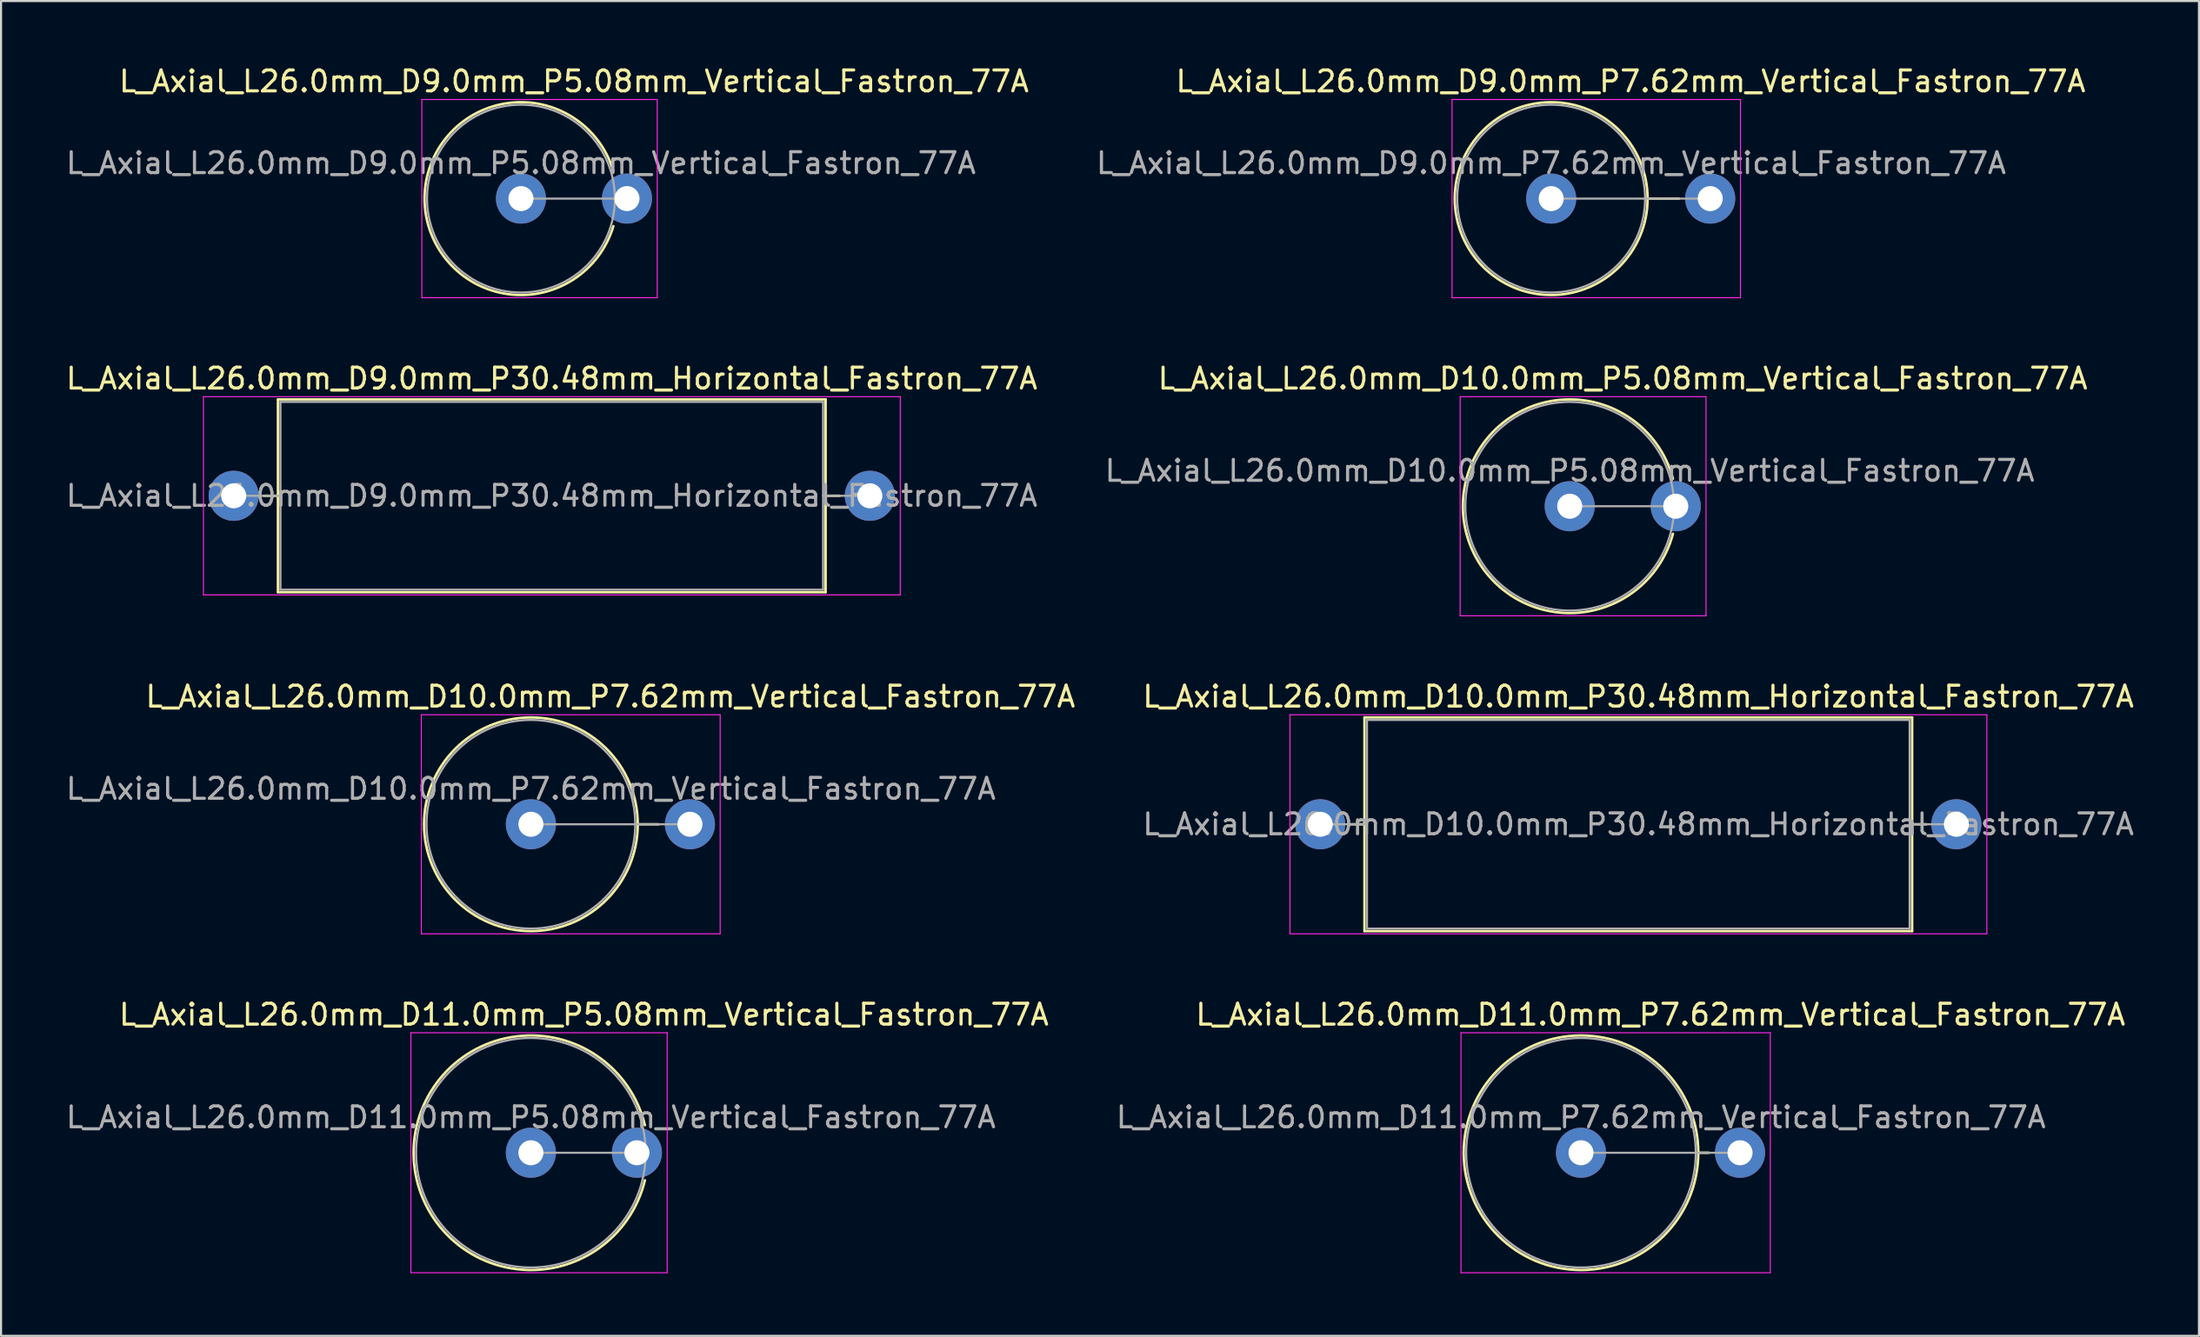
<source format=kicad_pcb>
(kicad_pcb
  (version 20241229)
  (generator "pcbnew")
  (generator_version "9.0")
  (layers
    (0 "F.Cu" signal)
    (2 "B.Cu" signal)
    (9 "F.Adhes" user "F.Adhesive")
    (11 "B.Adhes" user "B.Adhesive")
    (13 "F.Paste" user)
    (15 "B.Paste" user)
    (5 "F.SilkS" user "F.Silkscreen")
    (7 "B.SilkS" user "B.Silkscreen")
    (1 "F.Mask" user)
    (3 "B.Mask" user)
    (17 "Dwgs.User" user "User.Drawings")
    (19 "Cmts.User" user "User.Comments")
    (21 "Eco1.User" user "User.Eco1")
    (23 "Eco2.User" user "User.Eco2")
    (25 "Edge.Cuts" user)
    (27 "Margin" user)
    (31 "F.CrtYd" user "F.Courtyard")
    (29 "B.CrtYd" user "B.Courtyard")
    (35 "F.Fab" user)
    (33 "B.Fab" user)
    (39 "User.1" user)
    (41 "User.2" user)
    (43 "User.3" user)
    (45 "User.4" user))
  (footprint "L_Axial_L26.0mm_D11.0mm_P7.62mm_Vertical_Fastron_77A"
    (layer "F.Cu")
    (at 72.701 52.198)
    (property "Reference" "L_Axial_L26.0mm_D11.0mm_P7.62mm_Vertical_Fastron_77A" (at 3.81 -6.62 0) (layer "F.SilkS") (effects (font (size 1 1) (thickness 0.15))))
    (attr through_hole)
    (fp_line (start 5.62 0) (end 6.12 0) (stroke (width 0.12) (type solid)) (layer "F.SilkS"))
    (fp_circle (center 0 0) (end 5.62 0) (stroke (width 0.12) (type solid)) (fill no) (layer "F.SilkS"))
    (fp_line (start -5.75 -5.75) (end -5.75 5.75) (stroke (width 0.05) (type solid)) (layer "F.CrtYd"))
    (fp_line (start -5.75 5.75) (end 9.07 5.75) (stroke (width 0.05) (type solid)) (layer "F.CrtYd"))
    (fp_line (start 9.07 -5.75) (end -5.75 -5.75) (stroke (width 0.05) (type solid)) (layer "F.CrtYd"))
    (fp_line (start 9.07 5.75) (end 9.07 -5.75) (stroke (width 0.05) (type solid)) (layer "F.CrtYd"))
    (fp_line (start 0 0) (end 7.62 0) (stroke (width 0.1) (type solid)) (layer "F.Fab"))
    (fp_circle (center 0 0) (end 5.5 0) (stroke (width 0.1) (type solid)) (fill no) (layer "F.Fab"))
    (fp_text user "${REFERENCE}" (at 0 -1.7 0) (layer "F.Fab") (effects (font (size 1 1) (thickness 0.15))))
    (pad "1" thru_hole circle (at 0 0) (size 2.4 2.4) (drill 1.2) (layers "*.Cu" "*.Mask"))
    (pad "2" thru_hole oval (at 7.62 0) (size 2.4 2.4) (drill 1.2) (layers "*.Cu" "*.Mask")))
  (footprint "L_Axial_L26.0mm_D10.0mm_P5.08mm_Vertical_Fastron_77A"
    (layer "F.Cu")
    (at 72.161 21.212)
    (property "Reference" "L_Axial_L26.0mm_D10.0mm_P5.08mm_Vertical_Fastron_77A" (at 2.54 -6.12 0) (layer "F.SilkS") (effects (font (size 1 1) (thickness 0.15))))
    (attr through_hole)
    (fp_arc (start 4.946918 1.32) (mid -5.12 0) (end 4.946918 -1.32) (stroke (width 0.12) (type solid)) (layer "F.SilkS"))
    (fp_line (start -5.25 -5.25) (end -5.25 5.25) (stroke (width 0.05) (type solid)) (layer "F.CrtYd"))
    (fp_line (start -5.25 5.25) (end 6.53 5.25) (stroke (width 0.05) (type solid)) (layer "F.CrtYd"))
    (fp_line (start 6.53 -5.25) (end -5.25 -5.25) (stroke (width 0.05) (type solid)) (layer "F.CrtYd"))
    (fp_line (start 6.53 5.25) (end 6.53 -5.25) (stroke (width 0.05) (type solid)) (layer "F.CrtYd"))
    (fp_line (start 0 0) (end 5.08 0) (stroke (width 0.1) (type solid)) (layer "F.Fab"))
    (fp_circle (center 0 0) (end 5 0) (stroke (width 0.1) (type solid)) (fill no) (layer "F.Fab"))
    (fp_text user "${REFERENCE}" (at 0 -1.7 0) (layer "F.Fab") (effects (font (size 1 1) (thickness 0.15))))
    (pad "1" thru_hole circle (at 0 0) (size 2.4 2.4) (drill 1.2) (layers "*.Cu" "*.Mask"))
    (pad "2" thru_hole oval (at 5.08 0) (size 2.4 2.4) (drill 1.2) (layers "*.Cu" "*.Mask")))
  (footprint "L_Axial_L26.0mm_D9.0mm_P5.08mm_Vertical_Fastron_77A"
    (layer "F.Cu")
    (at 21.911 6.468)
    (property "Reference" "L_Axial_L26.0mm_D9.0mm_P5.08mm_Vertical_Fastron_77A" (at 2.54 -5.62 0) (layer "F.SilkS") (effects (font (size 1 1) (thickness 0.15))))
    (attr through_hole)
    (fp_arc (start 4.427415 1.32) (mid -4.62 0) (end 4.427415 -1.32) (stroke (width 0.12) (type solid)) (layer "F.SilkS"))
    (fp_line (start -4.75 -4.75) (end -4.75 4.75) (stroke (width 0.05) (type solid)) (layer "F.CrtYd"))
    (fp_line (start -4.75 4.75) (end 6.53 4.75) (stroke (width 0.05) (type solid)) (layer "F.CrtYd"))
    (fp_line (start 6.53 -4.75) (end -4.75 -4.75) (stroke (width 0.05) (type solid)) (layer "F.CrtYd"))
    (fp_line (start 6.53 4.75) (end 6.53 -4.75) (stroke (width 0.05) (type solid)) (layer "F.CrtYd"))
    (fp_line (start 0 0) (end 5.08 0) (stroke (width 0.1) (type solid)) (layer "F.Fab"))
    (fp_circle (center 0 0) (end 4.5 0) (stroke (width 0.1) (type solid)) (fill no) (layer "F.Fab"))
    (fp_text user "${REFERENCE}" (at 0 -1.7 0) (layer "F.Fab") (effects (font (size 1 1) (thickness 0.15))))
    (pad "1" thru_hole circle (at 0 0) (size 2.4 2.4) (drill 1.2) (layers "*.Cu" "*.Mask"))
    (pad "2" thru_hole oval (at 5.08 0) (size 2.4 2.4) (drill 1.2) (layers "*.Cu" "*.Mask")))
  (footprint "L_Axial_L26.0mm_D11.0mm_P5.08mm_Vertical_Fastron_77A"
    (layer "F.Cu")
    (at 22.387 52.198)
    (property "Reference" "L_Axial_L26.0mm_D11.0mm_P5.08mm_Vertical_Fastron_77A" (at 2.54 -6.62 0) (layer "F.SilkS") (effects (font (size 1 1) (thickness 0.15))))
    (attr through_hole)
    (fp_arc (start 5.462783 1.32) (mid -5.62 0) (end 5.462783 -1.32) (stroke (width 0.12) (type solid)) (layer "F.SilkS"))
    (fp_line (start -5.75 -5.75) (end -5.75 5.75) (stroke (width 0.05) (type solid)) (layer "F.CrtYd"))
    (fp_line (start -5.75 5.75) (end 6.53 5.75) (stroke (width 0.05) (type solid)) (layer "F.CrtYd"))
    (fp_line (start 6.53 -5.75) (end -5.75 -5.75) (stroke (width 0.05) (type solid)) (layer "F.CrtYd"))
    (fp_line (start 6.53 5.75) (end 6.53 -5.75) (stroke (width 0.05) (type solid)) (layer "F.CrtYd"))
    (fp_line (start 0 0) (end 5.08 0) (stroke (width 0.1) (type solid)) (layer "F.Fab"))
    (fp_circle (center 0 0) (end 5.5 0) (stroke (width 0.1) (type solid)) (fill no) (layer "F.Fab"))
    (fp_text user "${REFERENCE}" (at 0 -1.7 0) (layer "F.Fab") (effects (font (size 1 1) (thickness 0.15))))
    (pad "1" thru_hole circle (at 0 0) (size 2.4 2.4) (drill 1.2) (layers "*.Cu" "*.Mask"))
    (pad "2" thru_hole oval (at 5.08 0) (size 2.4 2.4) (drill 1.2) (layers "*.Cu" "*.Mask")))
  (footprint "L_Axial_L26.0mm_D9.0mm_P30.48mm_Horizontal_Fastron_77A"
    (layer "F.Cu")
    (at 8.147 20.712)
    (property "Reference" "L_Axial_L26.0mm_D9.0mm_P30.48mm_Horizontal_Fastron_77A" (at 15.24 -5.62 0) (layer "F.SilkS") (effects (font (size 1 1) (thickness 0.15))))
    (attr through_hole)
    (fp_line (start 1.44 0) (end 2.12 0) (stroke (width 0.12) (type solid)) (layer "F.SilkS"))
    (fp_line (start 2.12 -4.62) (end 2.12 4.62) (stroke (width 0.12) (type solid)) (layer "F.SilkS"))
    (fp_line (start 2.12 4.62) (end 28.36 4.62) (stroke (width 0.12) (type solid)) (layer "F.SilkS"))
    (fp_line (start 28.36 -4.62) (end 2.12 -4.62) (stroke (width 0.12) (type solid)) (layer "F.SilkS"))
    (fp_line (start 28.36 4.62) (end 28.36 -4.62) (stroke (width 0.12) (type solid)) (layer "F.SilkS"))
    (fp_line (start 29.04 0) (end 28.36 0) (stroke (width 0.12) (type solid)) (layer "F.SilkS"))
    (fp_line (start -1.45 -4.75) (end -1.45 4.75) (stroke (width 0.05) (type solid)) (layer "F.CrtYd"))
    (fp_line (start -1.45 4.75) (end 31.94 4.75) (stroke (width 0.05) (type solid)) (layer "F.CrtYd"))
    (fp_line (start 31.94 -4.75) (end -1.45 -4.75) (stroke (width 0.05) (type solid)) (layer "F.CrtYd"))
    (fp_line (start 31.94 4.75) (end 31.94 -4.75) (stroke (width 0.05) (type solid)) (layer "F.CrtYd"))
    (fp_line (start 0 0) (end 2.24 0) (stroke (width 0.1) (type solid)) (layer "F.Fab"))
    (fp_line (start 2.24 -4.5) (end 2.24 4.5) (stroke (width 0.1) (type solid)) (layer "F.Fab"))
    (fp_line (start 2.24 4.5) (end 28.24 4.5) (stroke (width 0.1) (type solid)) (layer "F.Fab"))
    (fp_line (start 28.24 -4.5) (end 2.24 -4.5) (stroke (width 0.1) (type solid)) (layer "F.Fab"))
    (fp_line (start 28.24 4.5) (end 28.24 -4.5) (stroke (width 0.1) (type solid)) (layer "F.Fab"))
    (fp_line (start 30.48 0) (end 28.24 0) (stroke (width 0.1) (type solid)) (layer "F.Fab"))
    (fp_text user "${REFERENCE}" (at 15.24 0 0) (layer "F.Fab") (effects (font (size 1 1) (thickness 0.15))))
    (pad "1" thru_hole circle (at 0 0) (size 2.4 2.4) (drill 1.2) (layers "*.Cu" "*.Mask"))
    (pad "2" thru_hole oval (at 30.48 0) (size 2.4 2.4) (drill 1.2) (layers "*.Cu" "*.Mask")))
  (footprint "L_Axial_L26.0mm_D10.0mm_P30.48mm_Horizontal_Fastron_77A"
    (layer "F.Cu")
    (at 60.207 36.455)
    (property "Reference" "L_Axial_L26.0mm_D10.0mm_P30.48mm_Horizontal_Fastron_77A" (at 15.24 -6.12 0) (layer "F.SilkS") (effects (font (size 1 1) (thickness 0.15))))
    (attr through_hole)
    (fp_line (start 1.44 0) (end 2.12 0) (stroke (width 0.12) (type solid)) (layer "F.SilkS"))
    (fp_line (start 2.12 -5.12) (end 2.12 5.12) (stroke (width 0.12) (type solid)) (layer "F.SilkS"))
    (fp_line (start 2.12 5.12) (end 28.36 5.12) (stroke (width 0.12) (type solid)) (layer "F.SilkS"))
    (fp_line (start 28.36 -5.12) (end 2.12 -5.12) (stroke (width 0.12) (type solid)) (layer "F.SilkS"))
    (fp_line (start 28.36 5.12) (end 28.36 -5.12) (stroke (width 0.12) (type solid)) (layer "F.SilkS"))
    (fp_line (start 29.04 0) (end 28.36 0) (stroke (width 0.12) (type solid)) (layer "F.SilkS"))
    (fp_line (start -1.45 -5.25) (end -1.45 5.25) (stroke (width 0.05) (type solid)) (layer "F.CrtYd"))
    (fp_line (start -1.45 5.25) (end 31.94 5.25) (stroke (width 0.05) (type solid)) (layer "F.CrtYd"))
    (fp_line (start 31.94 -5.25) (end -1.45 -5.25) (stroke (width 0.05) (type solid)) (layer "F.CrtYd"))
    (fp_line (start 31.94 5.25) (end 31.94 -5.25) (stroke (width 0.05) (type solid)) (layer "F.CrtYd"))
    (fp_line (start 0 0) (end 2.24 0) (stroke (width 0.1) (type solid)) (layer "F.Fab"))
    (fp_line (start 2.24 -5) (end 2.24 5) (stroke (width 0.1) (type solid)) (layer "F.Fab"))
    (fp_line (start 2.24 5) (end 28.24 5) (stroke (width 0.1) (type solid)) (layer "F.Fab"))
    (fp_line (start 28.24 -5) (end 2.24 -5) (stroke (width 0.1) (type solid)) (layer "F.Fab"))
    (fp_line (start 28.24 5) (end 28.24 -5) (stroke (width 0.1) (type solid)) (layer "F.Fab"))
    (fp_line (start 30.48 0) (end 28.24 0) (stroke (width 0.1) (type solid)) (layer "F.Fab"))
    (fp_text user "${REFERENCE}" (at 15.24 0 0) (layer "F.Fab") (effects (font (size 1 1) (thickness 0.15))))
    (pad "1" thru_hole circle (at 0 0) (size 2.4 2.4) (drill 1.2) (layers "*.Cu" "*.Mask"))
    (pad "2" thru_hole oval (at 30.48 0) (size 2.4 2.4) (drill 1.2) (layers "*.Cu" "*.Mask")))
  (footprint "L_Axial_L26.0mm_D10.0mm_P7.62mm_Vertical_Fastron_77A"
    (layer "F.Cu")
    (at 22.387 36.455)
    (property "Reference" "L_Axial_L26.0mm_D10.0mm_P7.62mm_Vertical_Fastron_77A" (at 3.81 -6.12 0) (layer "F.SilkS") (effects (font (size 1 1) (thickness 0.15))))
    (attr through_hole)
    (fp_line (start 5.12 0) (end 6.12 0) (stroke (width 0.12) (type solid)) (layer "F.SilkS"))
    (fp_circle (center 0 0) (end 5.12 0) (stroke (width 0.12) (type solid)) (fill no) (layer "F.SilkS"))
    (fp_line (start -5.25 -5.25) (end -5.25 5.25) (stroke (width 0.05) (type solid)) (layer "F.CrtYd"))
    (fp_line (start -5.25 5.25) (end 9.07 5.25) (stroke (width 0.05) (type solid)) (layer "F.CrtYd"))
    (fp_line (start 9.07 -5.25) (end -5.25 -5.25) (stroke (width 0.05) (type solid)) (layer "F.CrtYd"))
    (fp_line (start 9.07 5.25) (end 9.07 -5.25) (stroke (width 0.05) (type solid)) (layer "F.CrtYd"))
    (fp_line (start 0 0) (end 7.62 0) (stroke (width 0.1) (type solid)) (layer "F.Fab"))
    (fp_circle (center 0 0) (end 5 0) (stroke (width 0.1) (type solid)) (fill no) (layer "F.Fab"))
    (fp_text user "${REFERENCE}" (at 0 -1.7 0) (layer "F.Fab") (effects (font (size 1 1) (thickness 0.15))))
    (pad "1" thru_hole circle (at 0 0) (size 2.4 2.4) (drill 1.2) (layers "*.Cu" "*.Mask"))
    (pad "2" thru_hole oval (at 7.62 0) (size 2.4 2.4) (drill 1.2) (layers "*.Cu" "*.Mask")))
  (footprint "L_Axial_L26.0mm_D9.0mm_P7.62mm_Vertical_Fastron_77A"
    (layer "F.Cu")
    (at 71.272 6.468)
    (property "Reference" "L_Axial_L26.0mm_D9.0mm_P7.62mm_Vertical_Fastron_77A" (at 3.81 -5.62 0) (layer "F.SilkS") (effects (font (size 1 1) (thickness 0.15))))
    (attr through_hole)
    (fp_line (start 4.62 0) (end 6.12 0) (stroke (width 0.12) (type solid)) (layer "F.SilkS"))
    (fp_circle (center 0 0) (end 4.62 0) (stroke (width 0.12) (type solid)) (fill no) (layer "F.SilkS"))
    (fp_line (start -4.75 -4.75) (end -4.75 4.75) (stroke (width 0.05) (type solid)) (layer "F.CrtYd"))
    (fp_line (start -4.75 4.75) (end 9.07 4.75) (stroke (width 0.05) (type solid)) (layer "F.CrtYd"))
    (fp_line (start 9.07 -4.75) (end -4.75 -4.75) (stroke (width 0.05) (type solid)) (layer "F.CrtYd"))
    (fp_line (start 9.07 4.75) (end 9.07 -4.75) (stroke (width 0.05) (type solid)) (layer "F.CrtYd"))
    (fp_line (start 0 0) (end 7.62 0) (stroke (width 0.1) (type solid)) (layer "F.Fab"))
    (fp_circle (center 0 0) (end 4.5 0) (stroke (width 0.1) (type solid)) (fill no) (layer "F.Fab"))
    (fp_text user "${REFERENCE}" (at 0 -1.7 0) (layer "F.Fab") (effects (font (size 1 1) (thickness 0.15))))
    (pad "1" thru_hole circle (at 0 0) (size 2.4 2.4) (drill 1.2) (layers "*.Cu" "*.Mask"))
    (pad "2" thru_hole oval (at 7.62 0) (size 2.4 2.4) (drill 1.2) (layers "*.Cu" "*.Mask")))
  (gr_rect
    (start -3 -3)
    (end 102.31 60.973)
    (stroke (width 0.1) (type default))
    (fill no)
    (layer "Edge.Cuts")))
</source>
